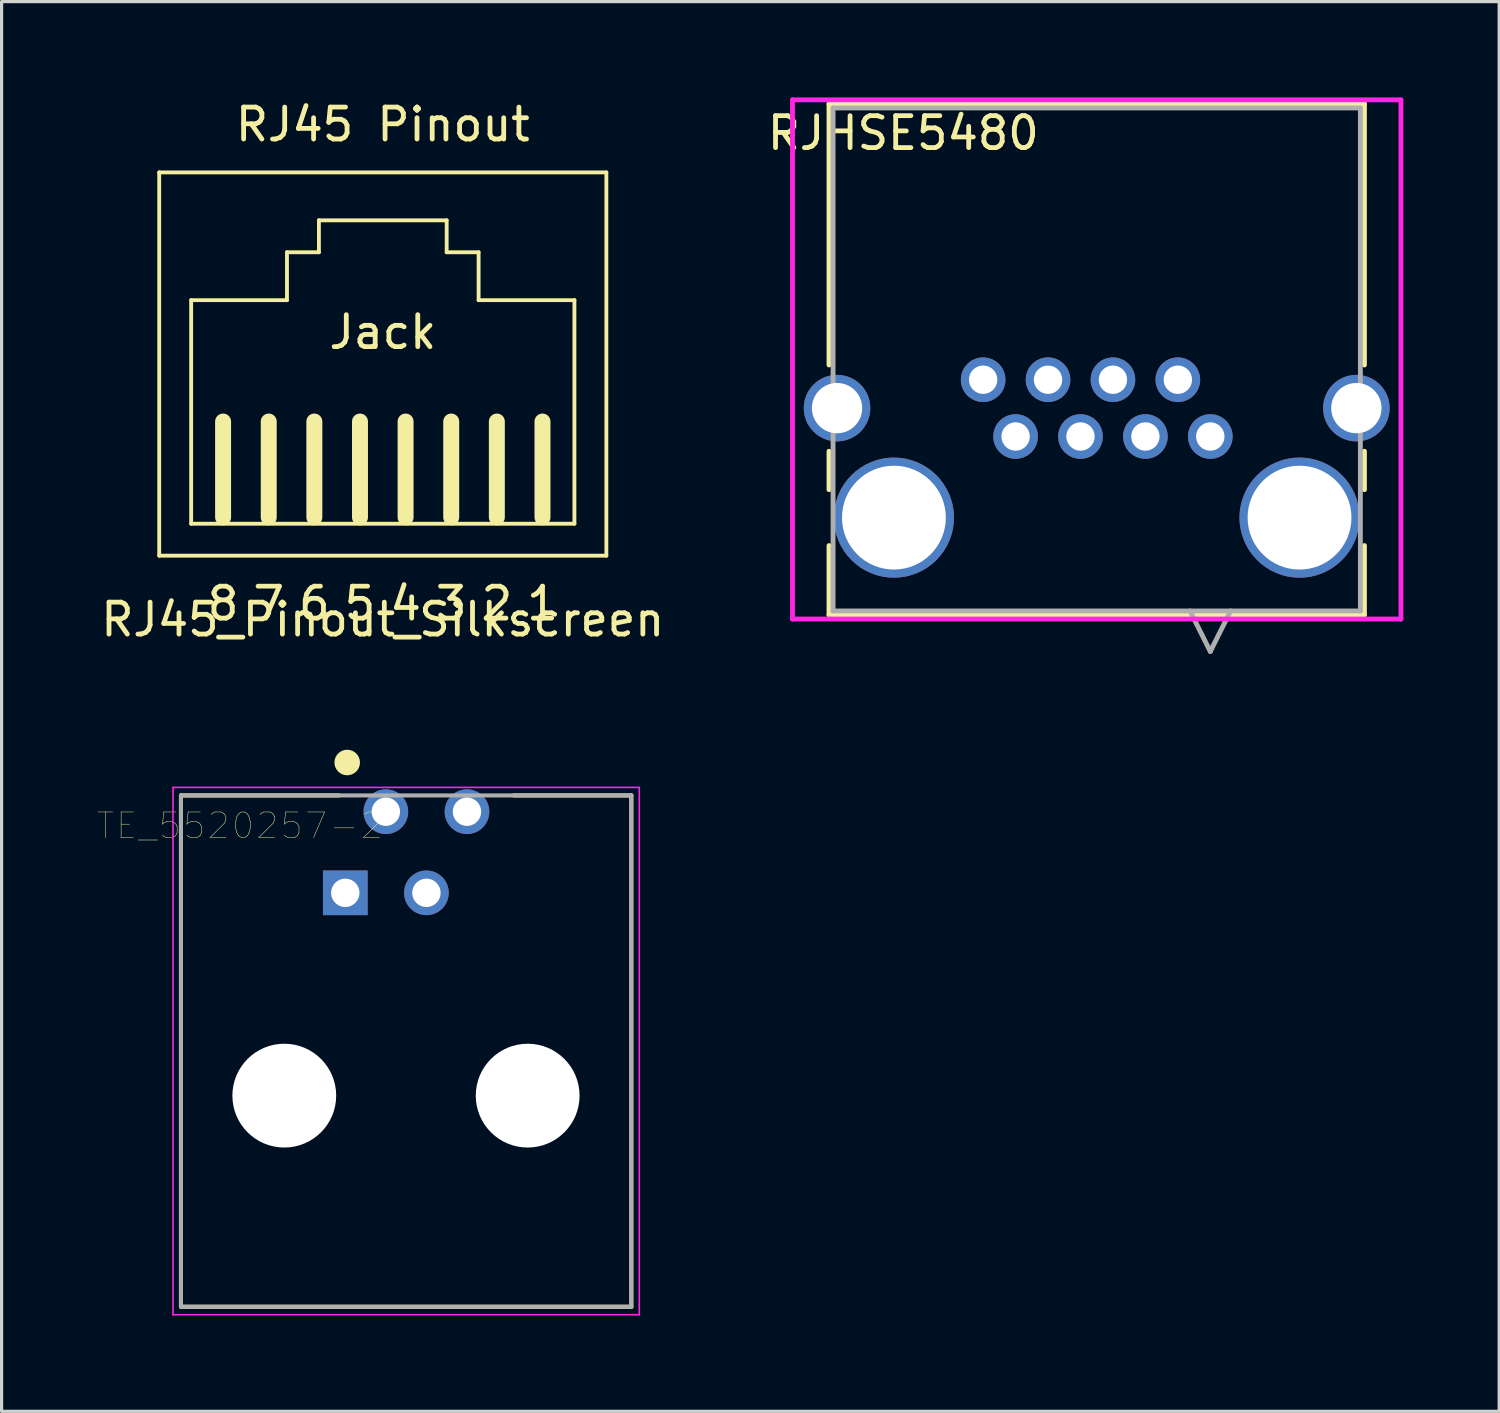
<source format=kicad_pcb>
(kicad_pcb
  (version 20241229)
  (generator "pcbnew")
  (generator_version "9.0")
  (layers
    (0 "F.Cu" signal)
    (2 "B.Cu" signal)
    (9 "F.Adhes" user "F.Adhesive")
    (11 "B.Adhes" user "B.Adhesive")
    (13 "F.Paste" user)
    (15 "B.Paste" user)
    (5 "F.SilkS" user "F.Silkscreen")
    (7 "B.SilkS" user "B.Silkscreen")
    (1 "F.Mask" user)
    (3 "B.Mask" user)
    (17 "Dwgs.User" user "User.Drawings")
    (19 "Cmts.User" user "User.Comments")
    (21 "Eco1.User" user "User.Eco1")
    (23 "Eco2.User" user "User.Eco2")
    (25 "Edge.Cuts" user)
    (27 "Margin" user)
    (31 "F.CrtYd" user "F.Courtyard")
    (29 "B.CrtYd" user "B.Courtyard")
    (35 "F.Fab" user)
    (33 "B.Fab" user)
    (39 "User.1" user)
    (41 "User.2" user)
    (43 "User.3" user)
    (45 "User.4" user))
  (footprint "RJ45_Pinout_Silkscreen"
    (layer "F.Cu")
    (at 8.935 13.348)
    (property "Reference" "RJ45_Pinout_Silkscreen" (at 0 3 0) (layer "F.SilkS") (effects (font (size 1 1) (thickness 0.15))))
    (attr through_hole)
    (fp_line (start -7 -11) (end 7 -11) (stroke (width 0.12) (type solid)) (layer "F.SilkS"))
    (fp_line (start -7 1) (end -7 -11) (stroke (width 0.12) (type solid)) (layer "F.SilkS"))
    (fp_line (start -6 -7) (end -6 0) (stroke (width 0.12) (type solid)) (layer "F.SilkS"))
    (fp_line (start -6 0) (end 6 0) (stroke (width 0.12) (type solid)) (layer "F.SilkS"))
    (fp_line (start -5 -0.2) (end -5 -3.2) (stroke (width 0.5) (type solid)) (layer "F.SilkS"))
    (fp_line (start -3.571 -0.2) (end -3.571 -3.2) (stroke (width 0.5) (type solid)) (layer "F.SilkS"))
    (fp_line (start -3 -8.5) (end -3 -7) (stroke (width 0.12) (type solid)) (layer "F.SilkS"))
    (fp_line (start -3 -7) (end -6 -7) (stroke (width 0.12) (type solid)) (layer "F.SilkS"))
    (fp_line (start -2.143 -0.2) (end -2.143 -3.2) (stroke (width 0.5) (type solid)) (layer "F.SilkS"))
    (fp_line (start -2 -9.5) (end -2 -8.5) (stroke (width 0.12) (type solid)) (layer "F.SilkS"))
    (fp_line (start -2 -8.5) (end -3 -8.5) (stroke (width 0.12) (type solid)) (layer "F.SilkS"))
    (fp_line (start -0.714 -0.2) (end -0.714 -3.2) (stroke (width 0.5) (type solid)) (layer "F.SilkS"))
    (fp_line (start 0.714 -0.2) (end 0.714 -3.2) (stroke (width 0.5) (type solid)) (layer "F.SilkS"))
    (fp_line (start 2 -9.5) (end -2 -9.5) (stroke (width 0.12) (type solid)) (layer "F.SilkS"))
    (fp_line (start 2 -8.5) (end 2 -9.5) (stroke (width 0.12) (type solid)) (layer "F.SilkS"))
    (fp_line (start 2.143 -0.2) (end 2.143 -3.2) (stroke (width 0.5) (type solid)) (layer "F.SilkS"))
    (fp_line (start 3 -8.5) (end 2 -8.5) (stroke (width 0.12) (type solid)) (layer "F.SilkS"))
    (fp_line (start 3 -7) (end 3 -8.5) (stroke (width 0.12) (type solid)) (layer "F.SilkS"))
    (fp_line (start 3.571 -0.2) (end 3.571 -3.2) (stroke (width 0.5) (type solid)) (layer "F.SilkS"))
    (fp_line (start 5 -0.2) (end 5 -3.2) (stroke (width 0.5) (type solid)) (layer "F.SilkS"))
    (fp_line (start 6 -7) (end 3 -7) (stroke (width 0.12) (type solid)) (layer "F.SilkS"))
    (fp_line (start 6 0) (end 6 -7) (stroke (width 0.12) (type solid)) (layer "F.SilkS"))
    (fp_line (start 7 -11) (end 7 1) (stroke (width 0.12) (type solid)) (layer "F.SilkS"))
    (fp_line (start 7 1) (end -7 1) (stroke (width 0.12) (type solid)) (layer "F.SilkS"))
    (fp_text user "Jack" (at 0 -6 0) (layer "F.SilkS") (effects (font (size 1 1) (thickness 0.15))))
    (fp_text user "7" (at -3.571 2.5 0) (layer "F.SilkS") (effects (font (size 1 1) (thickness 0.15))))
    (fp_text user "RJ45 Pinout" (at 0 -12.5 0) (layer "F.SilkS") (effects (font (size 1 1) (thickness 0.15))))
    (fp_text user "6" (at -2.143 2.5 0) (layer "F.SilkS") (effects (font (size 1 1) (thickness 0.15))))
    (fp_text user "5" (at -0.714 2.5 0) (layer "F.SilkS") (effects (font (size 1 1) (thickness 0.15))))
    (fp_text user "2" (at 3.571 2.5 0) (layer "F.SilkS") (effects (font (size 1 1) (thickness 0.15))))
    (fp_text user "3" (at 2.143 2.5 0) (layer "F.SilkS") (effects (font (size 1 1) (thickness 0.15))))
    (fp_text user "1" (at 5 2.5 0) (layer "F.SilkS") (effects (font (size 1 1) (thickness 0.15))))
    (fp_text user "4" (at 0.714 2.5 0) (layer "F.SilkS") (effects (font (size 1 1) (thickness 0.15))))
    (fp_text user "8" (at -5 2.5 0) (layer "F.SilkS") (effects (font (size 1 1) (thickness 0.15)))))
  (footprint "TE_5520257-2"
    (layer "F.Cu")
    (at 7.761 24.904)
    (property "Reference" "TE_5520257-2" (at -3.3 -2.1 0) (layer "F.SilkS") (effects (font (size 0.801 0.801) (thickness 0.015))))
    (attr through_hole)
    (fp_line (start -5.145 -3.05) (end -0.19 -3.05) (stroke (width 0.127) (type solid)) (layer "F.SilkS"))
    (fp_line (start -5.145 12.96) (end -5.145 -3.05) (stroke (width 0.127) (type solid)) (layer "F.SilkS"))
    (fp_line (start 5.27 -3.05) (end 8.955 -3.05) (stroke (width 0.127) (type solid)) (layer "F.SilkS"))
    (fp_line (start 8.955 -3.05) (end 8.955 12.96) (stroke (width 0.127) (type solid)) (layer "F.SilkS"))
    (fp_line (start 8.955 12.96) (end -5.145 12.96) (stroke (width 0.127) (type solid)) (layer "F.SilkS"))
    (fp_circle (center 0.06 -4.08) (end 0.26 -4.08) (stroke (width 0.4) (type solid)) (fill no) (layer "F.SilkS"))
    (fp_line (start -5.395 -3.3) (end 9.205 -3.3) (stroke (width 0.05) (type solid)) (layer "F.CrtYd"))
    (fp_line (start -5.395 13.21) (end -5.395 -3.3) (stroke (width 0.05) (type solid)) (layer "F.CrtYd"))
    (fp_line (start 9.205 -3.3) (end 9.205 13.21) (stroke (width 0.05) (type solid)) (layer "F.CrtYd"))
    (fp_line (start 9.205 13.21) (end -5.395 13.21) (stroke (width 0.05) (type solid)) (layer "F.CrtYd"))
    (fp_line (start -5.145 -3.05) (end 8.955 -3.05) (stroke (width 0.127) (type solid)) (layer "F.Fab"))
    (fp_line (start -5.145 12.96) (end -5.145 -3.05) (stroke (width 0.127) (type solid)) (layer "F.Fab"))
    (fp_line (start 8.955 -3.05) (end 8.955 12.96) (stroke (width 0.127) (type solid)) (layer "F.Fab"))
    (fp_line (start 8.955 12.96) (end -5.145 12.96) (stroke (width 0.127) (type solid)) (layer "F.Fab"))
    (pad "" np_thru_hole circle (at -1.91 6.35) (size 3.25 3.25) (drill 3.25) (layers "*.Cu" "*.Mask"))
    (pad "" np_thru_hole circle (at 5.71 6.35) (size 3.25 3.25) (drill 3.25) (layers "*.Cu" "*.Mask"))
    (pad "1" thru_hole rect (at 0 0) (size 1.398 1.398) (drill 0.89) (layers "*.Cu" "*.Mask"))
    (pad "2" thru_hole circle (at 1.27 -2.54) (size 1.398 1.398) (drill 0.89) (layers "*.Cu" "*.Mask"))
    (pad "3" thru_hole circle (at 2.54 0) (size 1.398 1.398) (drill 0.89) (layers "*.Cu" "*.Mask"))
    (pad "4" thru_hole circle (at 3.81 -2.54) (size 1.398 1.398) (drill 0.89) (layers "*.Cu" "*.Mask")))
  (footprint "RJHSE5480"
    (layer "F.Cu")
    (at 27.732 10.617)
    (property "Reference" "RJHSE5480" (at -2.5 -9.5 0) (layer "F.SilkS") (effects (font (size 1 1) (thickness 0.15))))
    (attr through_hole)
    (fp_line (start -4.826 -10.414) (end -4.826 -2.24) (stroke (width 0.152) (type solid)) (layer "F.SilkS"))
    (fp_line (start -4.826 0.462) (end -4.826 1.665) (stroke (width 0.152) (type solid)) (layer "F.SilkS"))
    (fp_line (start -4.826 3.415) (end -4.826 5.588) (stroke (width 0.152) (type solid)) (layer "F.SilkS"))
    (fp_line (start -4.826 5.588) (end 11.938 5.588) (stroke (width 0.152) (type solid)) (layer "F.SilkS"))
    (fp_line (start 11.938 -10.414) (end -4.826 -10.414) (stroke (width 0.152) (type solid)) (layer "F.SilkS"))
    (fp_line (start 11.938 -2.24) (end 11.938 -10.414) (stroke (width 0.152) (type solid)) (layer "F.SilkS"))
    (fp_line (start 11.938 1.665) (end 11.938 0.462) (stroke (width 0.152) (type solid)) (layer "F.SilkS"))
    (fp_line (start 11.938 5.588) (end 11.938 3.415) (stroke (width 0.152) (type solid)) (layer "F.SilkS"))
    (fp_line (start -5.969 -10.541) (end -5.969 5.715) (stroke (width 0.152) (type solid)) (layer "F.CrtYd"))
    (fp_line (start -5.969 5.715) (end 13.081 5.715) (stroke (width 0.152) (type solid)) (layer "F.CrtYd"))
    (fp_line (start 13.081 -10.541) (end -5.969 -10.541) (stroke (width 0.152) (type solid)) (layer "F.CrtYd"))
    (fp_line (start 13.081 5.715) (end 13.081 -10.541) (stroke (width 0.152) (type solid)) (layer "F.CrtYd"))
    (fp_line (start -4.699 -10.287) (end -4.699 5.461) (stroke (width 0.152) (type solid)) (layer "F.Fab"))
    (fp_line (start -4.699 5.461) (end 11.811 5.461) (stroke (width 0.152) (type solid)) (layer "F.Fab"))
    (fp_line (start 6.477 5.461) (end 7.112 6.731) (stroke (width 0.152) (type solid)) (layer "F.Fab"))
    (fp_line (start 7.747 5.461) (end 7.112 6.731) (stroke (width 0.152) (type solid)) (layer "F.Fab"))
    (fp_line (start 11.811 -10.287) (end -4.699 -10.287) (stroke (width 0.152) (type solid)) (layer "F.Fab"))
    (fp_line (start 11.811 5.461) (end 11.811 -10.287) (stroke (width 0.152) (type solid)) (layer "F.Fab"))
    (pad "" np_thru_hole circle (at -2.794 2.54) (size 3.759 3.759) (drill 3.251) (layers "*.Cu" "*.Mask"))
    (pad "" np_thru_hole circle (at 9.906 2.54) (size 3.759 3.759) (drill 3.251) (layers "*.Cu" "*.Mask"))
    (pad "1" thru_hole circle (at 7.112 0) (size 1.397 1.397) (drill 0.889) (layers "*.Cu" "*.Mask"))
    (pad "2" thru_hole circle (at 6.096 -1.778) (size 1.397 1.397) (drill 0.889) (layers "*.Cu" "*.Mask"))
    (pad "3" thru_hole circle (at 5.08 0) (size 1.397 1.397) (drill 0.889) (layers "*.Cu" "*.Mask"))
    (pad "4" thru_hole circle (at 4.064 -1.778) (size 1.397 1.397) (drill 0.889) (layers "*.Cu" "*.Mask"))
    (pad "5" thru_hole circle (at 3.048 0) (size 1.397 1.397) (drill 0.889) (layers "*.Cu" "*.Mask"))
    (pad "6" thru_hole circle (at 2.032 -1.778) (size 1.397 1.397) (drill 0.889) (layers "*.Cu" "*.Mask"))
    (pad "7" thru_hole circle (at 1.016 0) (size 1.397 1.397) (drill 0.889) (layers "*.Cu" "*.Mask"))
    (pad "8" thru_hole circle (at 0 -1.778) (size 1.397 1.397) (drill 0.889) (layers "*.Cu" "*.Mask"))
    (pad "SH" thru_hole circle (at -4.574 -0.889) (size 2.083 2.083) (drill 1.575) (layers "*.Cu" "*.Mask"))
    (pad "SH" thru_hole circle (at 11.686 -0.889) (size 2.083 2.083) (drill 1.575) (layers "*.Cu" "*.Mask")))
  (gr_rect
    (start -3 -3)
    (end 43.889 41.139)
    (stroke (width 0.1) (type default))
    (fill no)
    (layer "Edge.Cuts")))
</source>
